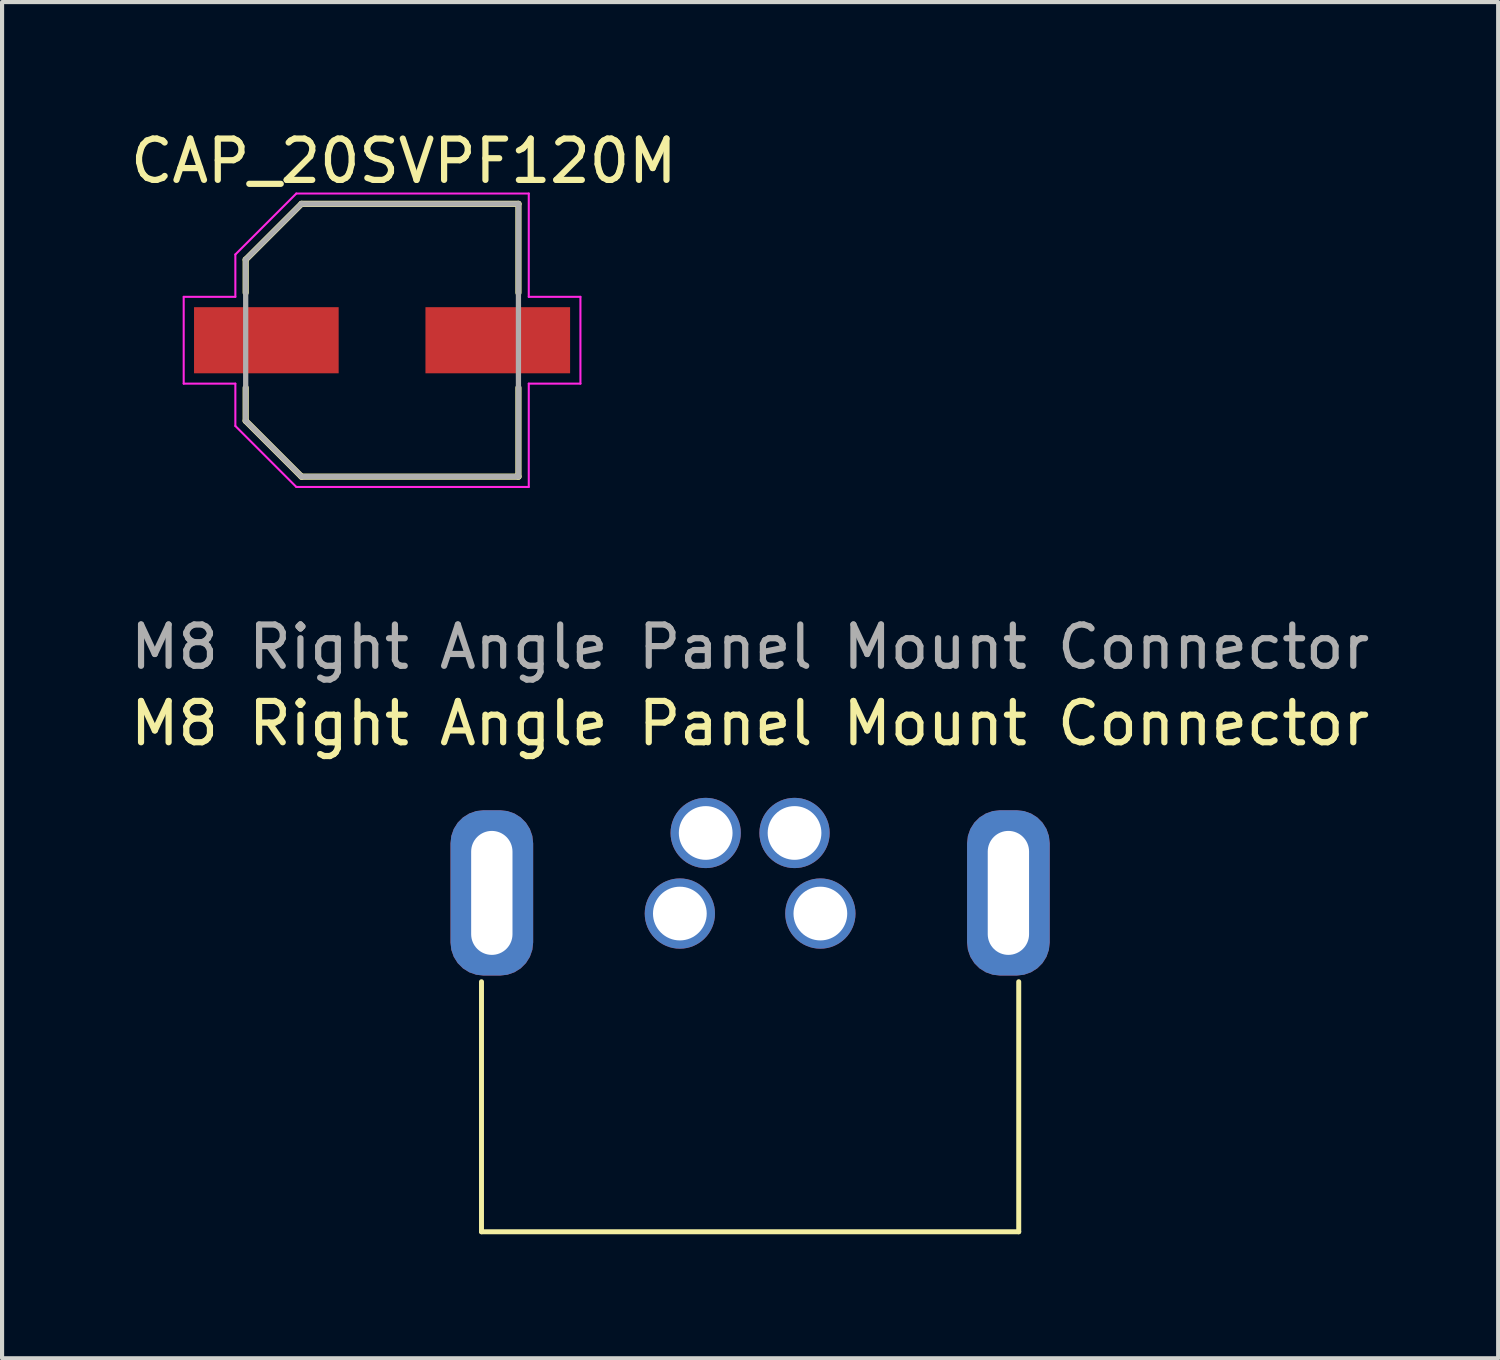
<source format=kicad_pcb>
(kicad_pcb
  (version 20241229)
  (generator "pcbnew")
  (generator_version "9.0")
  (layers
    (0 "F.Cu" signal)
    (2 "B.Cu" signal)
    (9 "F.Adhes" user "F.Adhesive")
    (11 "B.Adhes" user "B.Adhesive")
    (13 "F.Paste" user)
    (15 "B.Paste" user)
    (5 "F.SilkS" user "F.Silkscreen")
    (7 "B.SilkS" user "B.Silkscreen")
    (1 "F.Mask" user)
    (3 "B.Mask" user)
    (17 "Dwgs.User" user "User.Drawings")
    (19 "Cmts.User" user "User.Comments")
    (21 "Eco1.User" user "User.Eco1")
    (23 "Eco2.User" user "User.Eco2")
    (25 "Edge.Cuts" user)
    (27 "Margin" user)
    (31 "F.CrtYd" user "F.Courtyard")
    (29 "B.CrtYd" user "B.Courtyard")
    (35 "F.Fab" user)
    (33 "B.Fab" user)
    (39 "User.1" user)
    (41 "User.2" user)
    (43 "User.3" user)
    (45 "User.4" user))
  (footprint "M8 Right Angle Panel Mount Connector"
    (layer "F.Cu")
    (at 15.101 18.556)
    (property "Reference" "M8 Right Angle Panel Mount Connector" (at 0 -4.1 0) (unlocked yes) (layer "F.SilkS") (effects (font (size 1 1) (thickness 0.15))))
    (attr smd)
    (fp_line (start -6.5 2.15) (end -6.5 8.2) (stroke (width 0.12) (type default)) (layer "F.SilkS"))
    (fp_line (start -6.5 8.2) (end 6.5 8.2) (stroke (width 0.12) (type default)) (layer "F.SilkS"))
    (fp_line (start 6.5 8.2) (end 6.5 2.15) (stroke (width 0.12) (type default)) (layer "F.SilkS"))
    (fp_text user "${REFERENCE}" (at 0 -5.95 0) (unlocked yes) (layer "F.Fab") (effects (font (size 1 1) (thickness 0.15))))
    (pad "1" thru_hole circle (at -1.7 0.5) (size 1.7 1.7) (drill 1.3) (layers "*.Cu" "*.Mask"))
    (pad "2" thru_hole circle (at -1.075 -1.45) (size 1.7 1.7) (drill 1.3) (layers "*.Cu" "*.Mask"))
    (pad "3" thru_hole circle (at 1.075 -1.45) (size 1.7 1.7) (drill 1.3) (layers "*.Cu" "*.Mask"))
    (pad "4" thru_hole circle (at 1.7 0.5) (size 1.7 1.7) (drill 1.3) (layers "*.Cu" "*.Mask"))
    (pad "5" thru_hole roundrect (at -6.25 0) (size 2 4) (drill oval 1 3) (layers "*.Cu" "*.Mask") (roundrect_rratio 0.4))
    (pad "5" thru_hole roundrect (at 6.25 0) (size 2 4) (drill oval 1 3) (layers "*.Cu" "*.Mask") (roundrect_rratio 0.4)))
  (footprint "CAP_20SVPF120M"
    (layer "F.Cu")
    (at 6.195 5.183)
    (property "Reference" "CAP_20SVPF120M" (at 0.525 -4.335 0) (layer "F.SilkS") (effects (font (size 1 1) (thickness 0.15))))
    (attr smd)
    (fp_line (start -3.3 -1.95) (end -1.95 -3.3) (stroke (width 0.15) (type solid)) (layer "F.SilkS"))
    (fp_line (start -3.3 -1.15) (end -3.3 -1.95) (stroke (width 0.15) (type solid)) (layer "F.SilkS"))
    (fp_line (start -3.3 1.15) (end -3.3 1.95) (stroke (width 0.15) (type solid)) (layer "F.SilkS"))
    (fp_line (start -3.3 1.95) (end -1.95 3.3) (stroke (width 0.15) (type solid)) (layer "F.SilkS"))
    (fp_line (start -1.95 -3.3) (end 3.3 -3.3) (stroke (width 0.15) (type solid)) (layer "F.SilkS"))
    (fp_line (start -1.95 3.3) (end 3.3 3.3) (stroke (width 0.15) (type solid)) (layer "F.SilkS"))
    (fp_line (start 3.3 -3.3) (end 3.3 -1.15) (stroke (width 0.15) (type solid)) (layer "F.SilkS"))
    (fp_line (start 3.3 3.3) (end 3.3 1.15) (stroke (width 0.15) (type solid)) (layer "F.SilkS"))
    (fp_line (start -4.8 -1.05) (end -3.55 -1.05) (stroke (width 0.05) (type solid)) (layer "F.CrtYd"))
    (fp_line (start -4.8 1.05) (end -4.8 -1.05) (stroke (width 0.05) (type solid)) (layer "F.CrtYd"))
    (fp_line (start -3.55 -2.075) (end -2.075 -3.55) (stroke (width 0.05) (type solid)) (layer "F.CrtYd"))
    (fp_line (start -3.55 -1.05) (end -3.55 -2.075) (stroke (width 0.05) (type solid)) (layer "F.CrtYd"))
    (fp_line (start -3.55 1.05) (end -4.8 1.05) (stroke (width 0.05) (type solid)) (layer "F.CrtYd"))
    (fp_line (start -3.55 2.075) (end -3.55 1.05) (stroke (width 0.05) (type solid)) (layer "F.CrtYd"))
    (fp_line (start -2.075 -3.55) (end 3.55 -3.55) (stroke (width 0.05) (type solid)) (layer "F.CrtYd"))
    (fp_line (start -2.075 3.55) (end -3.55 2.075) (stroke (width 0.05) (type solid)) (layer "F.CrtYd"))
    (fp_line (start 3.55 -3.55) (end 3.55 -1.05) (stroke (width 0.05) (type solid)) (layer "F.CrtYd"))
    (fp_line (start 3.55 -1.05) (end 4.8 -1.05) (stroke (width 0.05) (type solid)) (layer "F.CrtYd"))
    (fp_line (start 3.55 1.05) (end 3.55 3.55) (stroke (width 0.05) (type solid)) (layer "F.CrtYd"))
    (fp_line (start 3.55 3.55) (end -2.075 3.55) (stroke (width 0.05) (type solid)) (layer "F.CrtYd"))
    (fp_line (start 4.8 -1.05) (end 4.8 1.05) (stroke (width 0.05) (type solid)) (layer "F.CrtYd"))
    (fp_line (start 4.8 1.05) (end 3.55 1.05) (stroke (width 0.05) (type solid)) (layer "F.CrtYd"))
    (fp_line (start -3.3 -1.95) (end -1.95 -3.3) (stroke (width 0.127) (type solid)) (layer "F.Fab"))
    (fp_line (start -3.3 1.95) (end -3.3 -1.95) (stroke (width 0.127) (type solid)) (layer "F.Fab"))
    (fp_line (start -1.95 -3.3) (end 3.3 -3.3) (stroke (width 0.127) (type solid)) (layer "F.Fab"))
    (fp_line (start -1.95 3.3) (end -3.3 1.95) (stroke (width 0.127) (type solid)) (layer "F.Fab"))
    (fp_line (start 3.3 -3.3) (end 3.3 3.3) (stroke (width 0.127) (type solid)) (layer "F.Fab"))
    (fp_line (start 3.3 3.3) (end -1.95 3.3) (stroke (width 0.127) (type solid)) (layer "F.Fab"))
    (pad "1" smd rect (at -2.8 0) (size 3.5 1.6) (layers "F.Cu" "F.Mask" "F.Paste"))
    (pad "2" smd rect (at 2.8 0) (size 3.5 1.6) (layers "F.Cu" "F.Mask" "F.Paste")))
  (gr_rect
    (start -3 -3)
    (end 33.202 29.817)
    (stroke (width 0.1) (type default))
    (fill no)
    (layer "Edge.Cuts")))
</source>
